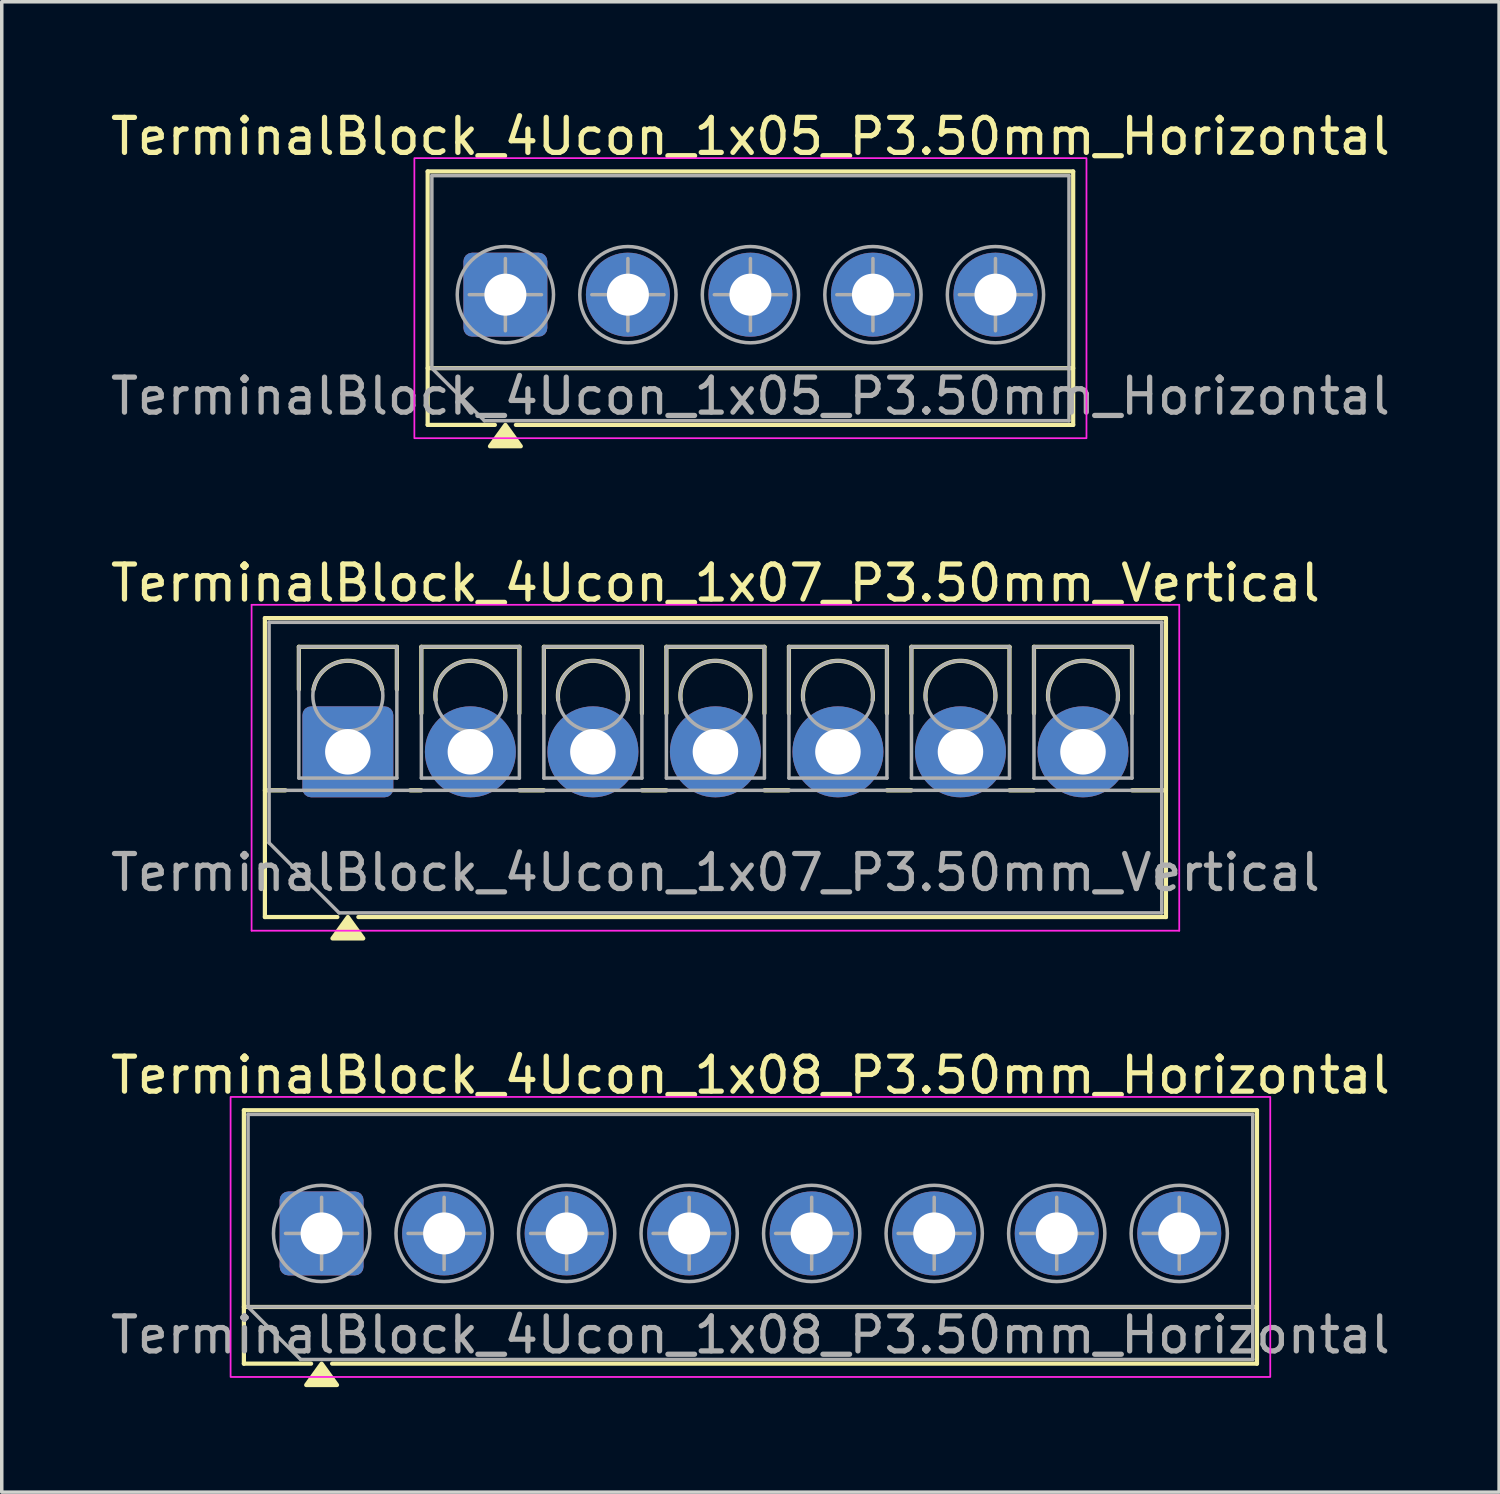
<source format=kicad_pcb>
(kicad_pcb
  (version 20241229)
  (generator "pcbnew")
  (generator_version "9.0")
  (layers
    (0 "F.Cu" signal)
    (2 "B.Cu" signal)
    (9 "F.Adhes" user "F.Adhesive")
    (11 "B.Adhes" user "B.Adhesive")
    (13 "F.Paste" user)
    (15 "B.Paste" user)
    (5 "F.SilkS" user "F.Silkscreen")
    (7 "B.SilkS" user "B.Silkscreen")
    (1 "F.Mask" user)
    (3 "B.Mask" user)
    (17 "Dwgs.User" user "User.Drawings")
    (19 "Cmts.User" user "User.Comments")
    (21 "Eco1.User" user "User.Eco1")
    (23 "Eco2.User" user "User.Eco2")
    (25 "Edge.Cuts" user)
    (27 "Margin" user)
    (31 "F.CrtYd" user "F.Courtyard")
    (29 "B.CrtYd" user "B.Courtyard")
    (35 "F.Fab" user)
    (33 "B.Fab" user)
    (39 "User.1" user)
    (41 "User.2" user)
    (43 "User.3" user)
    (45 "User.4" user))
  (footprint "TerminalBlock_4Ucon_1x07_P3.50mm_Vertical"
    (layer "F.Cu")
    (at 6.887 18.427)
    (property "Reference" "TerminalBlock_4Ucon_1x07_P3.50mm_Vertical" (at 10.5 -4.82 0) (layer "F.SilkS") (effects (font (size 1 1) (thickness 0.15))))
    (attr through_hole)
    (fp_line (start -2.37 -3.82) (end -2.37 4.72) (stroke (width 0.12) (type solid)) (layer "F.SilkS"))
    (fp_line (start -2.37 -3.82) (end 23.37 -3.82) (stroke (width 0.12) (type solid)) (layer "F.SilkS"))
    (fp_line (start -2.37 1.1) (end -1.78 1.1) (stroke (width 0.12) (type solid)) (layer "F.SilkS"))
    (fp_line (start -2.37 4.72) (end -0.3 4.72) (stroke (width 0.12) (type solid)) (layer "F.SilkS"))
    (fp_line (start -1.4 -3) (end -1.4 -1.78) (stroke (width 0.12) (type solid)) (layer "F.SilkS"))
    (fp_line (start -1.4 -3) (end 1.4 -3) (stroke (width 0.12) (type solid)) (layer "F.SilkS"))
    (fp_line (start 0.3 4.72) (end 23.37 4.72) (stroke (width 0.12) (type solid)) (layer "F.SilkS"))
    (fp_line (start 1.4 -3) (end 1.4 -1.78) (stroke (width 0.12) (type solid)) (layer "F.SilkS"))
    (fp_line (start 1.78 1.1) (end 2.101 1.1) (stroke (width 0.12) (type solid)) (layer "F.SilkS"))
    (fp_line (start 2.1 -3) (end 2.1 -1.099) (stroke (width 0.12) (type solid)) (layer "F.SilkS"))
    (fp_line (start 2.1 -3) (end 4.9 -3) (stroke (width 0.12) (type solid)) (layer "F.SilkS"))
    (fp_line (start 4.899 1.1) (end 5.601 1.1) (stroke (width 0.12) (type solid)) (layer "F.SilkS"))
    (fp_line (start 4.9 -3) (end 4.9 -1.099) (stroke (width 0.12) (type solid)) (layer "F.SilkS"))
    (fp_line (start 5.6 -3) (end 5.6 -1.099) (stroke (width 0.12) (type solid)) (layer "F.SilkS"))
    (fp_line (start 5.6 -3) (end 8.4 -3) (stroke (width 0.12) (type solid)) (layer "F.SilkS"))
    (fp_line (start 8.399 1.1) (end 9.101 1.1) (stroke (width 0.12) (type solid)) (layer "F.SilkS"))
    (fp_line (start 8.4 -3) (end 8.4 -1.099) (stroke (width 0.12) (type solid)) (layer "F.SilkS"))
    (fp_line (start 9.1 -3) (end 9.1 -1.099) (stroke (width 0.12) (type solid)) (layer "F.SilkS"))
    (fp_line (start 9.1 -3) (end 11.9 -3) (stroke (width 0.12) (type solid)) (layer "F.SilkS"))
    (fp_line (start 11.899 1.1) (end 12.601 1.1) (stroke (width 0.12) (type solid)) (layer "F.SilkS"))
    (fp_line (start 11.9 -3) (end 11.9 -1.099) (stroke (width 0.12) (type solid)) (layer "F.SilkS"))
    (fp_line (start 12.6 -3) (end 12.6 -1.099) (stroke (width 0.12) (type solid)) (layer "F.SilkS"))
    (fp_line (start 12.6 -3) (end 15.4 -3) (stroke (width 0.12) (type solid)) (layer "F.SilkS"))
    (fp_line (start 15.399 1.1) (end 16.101 1.1) (stroke (width 0.12) (type solid)) (layer "F.SilkS"))
    (fp_line (start 15.4 -3) (end 15.4 -1.099) (stroke (width 0.12) (type solid)) (layer "F.SilkS"))
    (fp_line (start 16.1 -3) (end 16.1 -1.099) (stroke (width 0.12) (type solid)) (layer "F.SilkS"))
    (fp_line (start 16.1 -3) (end 18.9 -3) (stroke (width 0.12) (type solid)) (layer "F.SilkS"))
    (fp_line (start 18.899 1.1) (end 19.601 1.1) (stroke (width 0.12) (type solid)) (layer "F.SilkS"))
    (fp_line (start 18.9 -3) (end 18.9 -1.099) (stroke (width 0.12) (type solid)) (layer "F.SilkS"))
    (fp_line (start 19.6 -3) (end 19.6 -1.099) (stroke (width 0.12) (type solid)) (layer "F.SilkS"))
    (fp_line (start 19.6 -3) (end 22.4 -3) (stroke (width 0.12) (type solid)) (layer "F.SilkS"))
    (fp_line (start 22.399 1.1) (end 23.37 1.1) (stroke (width 0.12) (type solid)) (layer "F.SilkS"))
    (fp_line (start 22.4 -3) (end 22.4 -1.099) (stroke (width 0.12) (type solid)) (layer "F.SilkS"))
    (fp_line (start 23.37 -3.82) (end 23.37 4.72) (stroke (width 0.12) (type solid)) (layer "F.SilkS"))
    (fp_arc (start -0.984 -1.78) (mid -0.00006 -2.600328) (end 0.983978 -1.780118) (stroke (width 0.12) (type solid)) (layer "F.SilkS"))
    (fp_arc (start 2.508 -1.478) (mid 3.500313 -2.599474) (end 4.491923 -1.477379) (stroke (width 0.12) (type solid)) (layer "F.SilkS"))
    (fp_arc (start 6.008 -1.478) (mid 7.000313 -2.599474) (end 7.991923 -1.477379) (stroke (width 0.12) (type solid)) (layer "F.SilkS"))
    (fp_arc (start 9.508 -1.478) (mid 10.500313 -2.599474) (end 11.491923 -1.477379) (stroke (width 0.12) (type solid)) (layer "F.SilkS"))
    (fp_arc (start 13.008 -1.478) (mid 14.000313 -2.599474) (end 14.991923 -1.477379) (stroke (width 0.12) (type solid)) (layer "F.SilkS"))
    (fp_arc (start 16.508 -1.478) (mid 17.500313 -2.599474) (end 18.491923 -1.477379) (stroke (width 0.12) (type solid)) (layer "F.SilkS"))
    (fp_arc (start 20.008 -1.478) (mid 21.000313 -2.599474) (end 21.991923 -1.477379) (stroke (width 0.12) (type solid)) (layer "F.SilkS"))
    (fp_poly (pts (xy 0 4.72) (xy 0.44 5.33) (xy -0.44 5.33)) (stroke (width 0.12) (type solid)) (fill yes) (layer "F.SilkS"))
    (fp_line (start -2.75 -4.2) (end -2.75 5.11) (stroke (width 0.05) (type solid)) (layer "F.CrtYd"))
    (fp_line (start -2.75 5.11) (end 23.75 5.11) (stroke (width 0.05) (type solid)) (layer "F.CrtYd"))
    (fp_line (start 23.75 -4.2) (end -2.75 -4.2) (stroke (width 0.05) (type solid)) (layer "F.CrtYd"))
    (fp_line (start 23.75 5.11) (end 23.75 -4.2) (stroke (width 0.05) (type solid)) (layer "F.CrtYd"))
    (fp_line (start -2.25 -3.7) (end 23.25 -3.7) (stroke (width 0.1) (type solid)) (layer "F.Fab"))
    (fp_line (start -2.25 1.1) (end 23.25 1.1) (stroke (width 0.1) (type solid)) (layer "F.Fab"))
    (fp_line (start -2.25 2.6) (end -2.25 -3.7) (stroke (width 0.1) (type solid)) (layer "F.Fab"))
    (fp_line (start -1.4 -3) (end -1.4 0.75) (stroke (width 0.1) (type solid)) (layer "F.Fab"))
    (fp_line (start -1.4 0.75) (end 1.4 0.75) (stroke (width 0.1) (type solid)) (layer "F.Fab"))
    (fp_line (start -0.25 4.6) (end -2.25 2.6) (stroke (width 0.1) (type solid)) (layer "F.Fab"))
    (fp_line (start 1.4 -3) (end -1.4 -3) (stroke (width 0.1) (type solid)) (layer "F.Fab"))
    (fp_line (start 1.4 0.75) (end 1.4 -3) (stroke (width 0.1) (type solid)) (layer "F.Fab"))
    (fp_line (start 2.1 -3) (end 2.1 0.75) (stroke (width 0.1) (type solid)) (layer "F.Fab"))
    (fp_line (start 2.1 0.75) (end 4.9 0.75) (stroke (width 0.1) (type solid)) (layer "F.Fab"))
    (fp_line (start 4.9 -3) (end 2.1 -3) (stroke (width 0.1) (type solid)) (layer "F.Fab"))
    (fp_line (start 4.9 0.75) (end 4.9 -3) (stroke (width 0.1) (type solid)) (layer "F.Fab"))
    (fp_line (start 5.6 -3) (end 5.6 0.75) (stroke (width 0.1) (type solid)) (layer "F.Fab"))
    (fp_line (start 5.6 0.75) (end 8.4 0.75) (stroke (width 0.1) (type solid)) (layer "F.Fab"))
    (fp_line (start 8.4 -3) (end 5.6 -3) (stroke (width 0.1) (type solid)) (layer "F.Fab"))
    (fp_line (start 8.4 0.75) (end 8.4 -3) (stroke (width 0.1) (type solid)) (layer "F.Fab"))
    (fp_line (start 9.1 -3) (end 9.1 0.75) (stroke (width 0.1) (type solid)) (layer "F.Fab"))
    (fp_line (start 9.1 0.75) (end 11.9 0.75) (stroke (width 0.1) (type solid)) (layer "F.Fab"))
    (fp_line (start 11.9 -3) (end 9.1 -3) (stroke (width 0.1) (type solid)) (layer "F.Fab"))
    (fp_line (start 11.9 0.75) (end 11.9 -3) (stroke (width 0.1) (type solid)) (layer "F.Fab"))
    (fp_line (start 12.6 -3) (end 12.6 0.75) (stroke (width 0.1) (type solid)) (layer "F.Fab"))
    (fp_line (start 12.6 0.75) (end 15.4 0.75) (stroke (width 0.1) (type solid)) (layer "F.Fab"))
    (fp_line (start 15.4 -3) (end 12.6 -3) (stroke (width 0.1) (type solid)) (layer "F.Fab"))
    (fp_line (start 15.4 0.75) (end 15.4 -3) (stroke (width 0.1) (type solid)) (layer "F.Fab"))
    (fp_line (start 16.101 -3) (end 16.101 0.75) (stroke (width 0.1) (type solid)) (layer "F.Fab"))
    (fp_line (start 16.101 0.75) (end 18.9 0.75) (stroke (width 0.1) (type solid)) (layer "F.Fab"))
    (fp_line (start 18.9 -3) (end 16.101 -3) (stroke (width 0.1) (type solid)) (layer "F.Fab"))
    (fp_line (start 18.9 0.75) (end 18.9 -3) (stroke (width 0.1) (type solid)) (layer "F.Fab"))
    (fp_line (start 19.6 -3) (end 19.6 0.75) (stroke (width 0.1) (type solid)) (layer "F.Fab"))
    (fp_line (start 19.6 0.75) (end 22.4 0.75) (stroke (width 0.1) (type solid)) (layer "F.Fab"))
    (fp_line (start 22.4 -3) (end 19.6 -3) (stroke (width 0.1) (type solid)) (layer "F.Fab"))
    (fp_line (start 22.4 0.75) (end 22.4 -3) (stroke (width 0.1) (type solid)) (layer "F.Fab"))
    (fp_line (start 23.25 -3.7) (end 23.25 4.6) (stroke (width 0.1) (type solid)) (layer "F.Fab"))
    (fp_line (start 23.25 4.6) (end -0.25 4.6) (stroke (width 0.1) (type solid)) (layer "F.Fab"))
    (fp_circle (center 0 -1.6) (end 1 -1.6) (stroke (width 0.1) (type solid)) (fill no) (layer "F.Fab"))
    (fp_circle (center 3.5 -1.6) (end 4.5 -1.6) (stroke (width 0.1) (type solid)) (fill no) (layer "F.Fab"))
    (fp_circle (center 7 -1.6) (end 8 -1.6) (stroke (width 0.1) (type solid)) (fill no) (layer "F.Fab"))
    (fp_circle (center 10.5 -1.6) (end 11.5 -1.6) (stroke (width 0.1) (type solid)) (fill no) (layer "F.Fab"))
    (fp_circle (center 14 -1.6) (end 15 -1.6) (stroke (width 0.1) (type solid)) (fill no) (layer "F.Fab"))
    (fp_circle (center 17.5 -1.6) (end 18.5 -1.6) (stroke (width 0.1) (type solid)) (fill no) (layer "F.Fab"))
    (fp_circle (center 21 -1.6) (end 22 -1.6) (stroke (width 0.1) (type solid)) (fill no) (layer "F.Fab"))
    (fp_text user "${REFERENCE}" (at 10.5 3.45 0) (layer "F.Fab") (effects (font (size 1 1) (thickness 0.15))))
    (pad "1" thru_hole roundrect (at 0 0) (size 2.6 2.6) (drill 1.3) (layers "*.Cu" "*.Mask") (roundrect_rratio 0.096))
    (pad "2" thru_hole circle (at 3.5 0) (size 2.6 2.6) (drill 1.3) (layers "*.Cu" "*.Mask"))
    (pad "3" thru_hole circle (at 7 0) (size 2.6 2.6) (drill 1.3) (layers "*.Cu" "*.Mask"))
    (pad "4" thru_hole circle (at 10.5 0) (size 2.6 2.6) (drill 1.3) (layers "*.Cu" "*.Mask"))
    (pad "5" thru_hole circle (at 14 0) (size 2.6 2.6) (drill 1.3) (layers "*.Cu" "*.Mask"))
    (pad "6" thru_hole circle (at 17.5 0) (size 2.6 2.6) (drill 1.3) (layers "*.Cu" "*.Mask"))
    (pad "7" thru_hole circle (at 21 0) (size 2.6 2.6) (drill 1.3) (layers "*.Cu" "*.Mask")))
  (footprint "TerminalBlock_4Ucon_1x05_P3.50mm_Horizontal"
    (layer "F.Cu")
    (at 11.387 5.368)
    (property "Reference" "TerminalBlock_4Ucon_1x05_P3.50mm_Horizontal" (at 7 -4.52 0) (layer "F.SilkS") (effects (font (size 1 1) (thickness 0.15))))
    (attr through_hole)
    (fp_line (start -2.22 -3.52) (end 16.22 -3.52) (stroke (width 0.12) (type solid)) (layer "F.SilkS"))
    (fp_line (start -2.22 2.1) (end 16.22 2.1) (stroke (width 0.12) (type solid)) (layer "F.SilkS"))
    (fp_line (start -2.22 3.72) (end -2.22 -3.52) (stroke (width 0.12) (type solid)) (layer "F.SilkS"))
    (fp_line (start -0.3 3.72) (end -2.22 3.72) (stroke (width 0.12) (type solid)) (layer "F.SilkS"))
    (fp_line (start 16.22 -3.52) (end 16.22 3.72) (stroke (width 0.12) (type solid)) (layer "F.SilkS"))
    (fp_line (start 16.22 3.72) (end 0.3 3.72) (stroke (width 0.12) (type solid)) (layer "F.SilkS"))
    (fp_poly (pts (xy 0 3.72) (xy 0.44 4.33) (xy -0.44 4.33)) (stroke (width 0.12) (type solid)) (fill yes) (layer "F.SilkS"))
    (fp_rect (start -2.6 -3.9) (end 16.6 4.1) (stroke (width 0.05) (type solid)) (fill no) (layer "F.CrtYd"))
    (fp_line (start -2.1 -3.4) (end 16.1 -3.4) (stroke (width 0.1) (type solid)) (layer "F.Fab"))
    (fp_line (start -2.1 2.1) (end -2.1 -3.4) (stroke (width 0.1) (type solid)) (layer "F.Fab"))
    (fp_line (start -2.1 2.1) (end 16.1 2.1) (stroke (width 0.1) (type solid)) (layer "F.Fab"))
    (fp_line (start -1.031 0) (end 1.031 0) (stroke (width 0.1) (type solid)) (layer "F.Fab"))
    (fp_line (start -0.6 3.6) (end -2.1 2.1) (stroke (width 0.1) (type solid)) (layer "F.Fab"))
    (fp_line (start 0 -1.031) (end 0 1.031) (stroke (width 0.1) (type solid)) (layer "F.Fab"))
    (fp_line (start 2.469 0) (end 4.531 0) (stroke (width 0.1) (type solid)) (layer "F.Fab"))
    (fp_line (start 3.5 -1.031) (end 3.5 1.031) (stroke (width 0.1) (type solid)) (layer "F.Fab"))
    (fp_line (start 5.969 0) (end 8.031 0) (stroke (width 0.1) (type solid)) (layer "F.Fab"))
    (fp_line (start 7 -1.031) (end 7 1.031) (stroke (width 0.1) (type solid)) (layer "F.Fab"))
    (fp_line (start 9.469 0) (end 11.531 0) (stroke (width 0.1) (type solid)) (layer "F.Fab"))
    (fp_line (start 10.5 -1.031) (end 10.5 1.031) (stroke (width 0.1) (type solid)) (layer "F.Fab"))
    (fp_line (start 12.969 0) (end 15.031 0) (stroke (width 0.1) (type solid)) (layer "F.Fab"))
    (fp_line (start 14 -1.031) (end 14 1.031) (stroke (width 0.1) (type solid)) (layer "F.Fab"))
    (fp_line (start 16.1 -3.4) (end 16.1 3.6) (stroke (width 0.1) (type solid)) (layer "F.Fab"))
    (fp_line (start 16.1 3.6) (end -0.6 3.6) (stroke (width 0.1) (type solid)) (layer "F.Fab"))
    (fp_circle (center 0 0) (end 1.375 0) (stroke (width 0.1) (type solid)) (fill no) (layer "F.Fab"))
    (fp_circle (center 3.5 0) (end 4.875 0) (stroke (width 0.1) (type solid)) (fill no) (layer "F.Fab"))
    (fp_circle (center 7 0) (end 8.375 0) (stroke (width 0.1) (type solid)) (fill no) (layer "F.Fab"))
    (fp_circle (center 10.5 0) (end 11.875 0) (stroke (width 0.1) (type solid)) (fill no) (layer "F.Fab"))
    (fp_circle (center 14 0) (end 15.375 0) (stroke (width 0.1) (type solid)) (fill no) (layer "F.Fab"))
    (fp_text user "${REFERENCE}" (at 7 2.9 0) (layer "F.Fab") (effects (font (size 1 1) (thickness 0.15))))
    (pad "1" thru_hole roundrect (at 0 0) (size 2.4 2.4) (drill 1.2) (layers "*.Cu" "*.Mask") (roundrect_rratio 0.104))
    (pad "2" thru_hole circle (at 3.5 0) (size 2.4 2.4) (drill 1.2) (layers "*.Cu" "*.Mask"))
    (pad "3" thru_hole circle (at 7 0) (size 2.4 2.4) (drill 1.2) (layers "*.Cu" "*.Mask"))
    (pad "4" thru_hole circle (at 10.5 0) (size 2.4 2.4) (drill 1.2) (layers "*.Cu" "*.Mask"))
    (pad "5" thru_hole circle (at 14 0) (size 2.4 2.4) (drill 1.2) (layers "*.Cu" "*.Mask")))
  (footprint "TerminalBlock_4Ucon_1x08_P3.50mm_Horizontal"
    (layer "F.Cu")
    (at 6.137 32.185)
    (property "Reference" "TerminalBlock_4Ucon_1x08_P3.50mm_Horizontal" (at 12.25 -4.52 0) (layer "F.SilkS") (effects (font (size 1 1) (thickness 0.15))))
    (attr through_hole)
    (fp_line (start -2.22 -3.52) (end 26.72 -3.52) (stroke (width 0.12) (type solid)) (layer "F.SilkS"))
    (fp_line (start -2.22 2.1) (end 26.72 2.1) (stroke (width 0.12) (type solid)) (layer "F.SilkS"))
    (fp_line (start -2.22 3.72) (end -2.22 -3.52) (stroke (width 0.12) (type solid)) (layer "F.SilkS"))
    (fp_line (start -0.3 3.72) (end -2.22 3.72) (stroke (width 0.12) (type solid)) (layer "F.SilkS"))
    (fp_line (start 26.72 -3.52) (end 26.72 3.72) (stroke (width 0.12) (type solid)) (layer "F.SilkS"))
    (fp_line (start 26.72 3.72) (end 0.3 3.72) (stroke (width 0.12) (type solid)) (layer "F.SilkS"))
    (fp_poly (pts (xy 0 3.72) (xy 0.44 4.33) (xy -0.44 4.33)) (stroke (width 0.12) (type solid)) (fill yes) (layer "F.SilkS"))
    (fp_rect (start -2.6 -3.9) (end 27.1 4.1) (stroke (width 0.05) (type solid)) (fill no) (layer "F.CrtYd"))
    (fp_line (start -2.1 -3.4) (end 26.6 -3.4) (stroke (width 0.1) (type solid)) (layer "F.Fab"))
    (fp_line (start -2.1 2.1) (end -2.1 -3.4) (stroke (width 0.1) (type solid)) (layer "F.Fab"))
    (fp_line (start -2.1 2.1) (end 26.6 2.1) (stroke (width 0.1) (type solid)) (layer "F.Fab"))
    (fp_line (start -1.031 0) (end 1.031 0) (stroke (width 0.1) (type solid)) (layer "F.Fab"))
    (fp_line (start -0.6 3.6) (end -2.1 2.1) (stroke (width 0.1) (type solid)) (layer "F.Fab"))
    (fp_line (start 0 -1.031) (end 0 1.031) (stroke (width 0.1) (type solid)) (layer "F.Fab"))
    (fp_line (start 2.469 0) (end 4.531 0) (stroke (width 0.1) (type solid)) (layer "F.Fab"))
    (fp_line (start 3.5 -1.031) (end 3.5 1.031) (stroke (width 0.1) (type solid)) (layer "F.Fab"))
    (fp_line (start 5.969 0) (end 8.031 0) (stroke (width 0.1) (type solid)) (layer "F.Fab"))
    (fp_line (start 7 -1.031) (end 7 1.031) (stroke (width 0.1) (type solid)) (layer "F.Fab"))
    (fp_line (start 9.469 0) (end 11.531 0) (stroke (width 0.1) (type solid)) (layer "F.Fab"))
    (fp_line (start 10.5 -1.031) (end 10.5 1.031) (stroke (width 0.1) (type solid)) (layer "F.Fab"))
    (fp_line (start 12.969 0) (end 15.031 0) (stroke (width 0.1) (type solid)) (layer "F.Fab"))
    (fp_line (start 14 -1.031) (end 14 1.031) (stroke (width 0.1) (type solid)) (layer "F.Fab"))
    (fp_line (start 16.469 0) (end 18.531 0) (stroke (width 0.1) (type solid)) (layer "F.Fab"))
    (fp_line (start 17.5 -1.031) (end 17.5 1.031) (stroke (width 0.1) (type solid)) (layer "F.Fab"))
    (fp_line (start 19.969 0) (end 22.031 0) (stroke (width 0.1) (type solid)) (layer "F.Fab"))
    (fp_line (start 21 -1.031) (end 21 1.031) (stroke (width 0.1) (type solid)) (layer "F.Fab"))
    (fp_line (start 23.469 0) (end 25.531 0) (stroke (width 0.1) (type solid)) (layer "F.Fab"))
    (fp_line (start 24.5 -1.031) (end 24.5 1.031) (stroke (width 0.1) (type solid)) (layer "F.Fab"))
    (fp_line (start 26.6 -3.4) (end 26.6 3.6) (stroke (width 0.1) (type solid)) (layer "F.Fab"))
    (fp_line (start 26.6 3.6) (end -0.6 3.6) (stroke (width 0.1) (type solid)) (layer "F.Fab"))
    (fp_circle (center 0 0) (end 1.375 0) (stroke (width 0.1) (type solid)) (fill no) (layer "F.Fab"))
    (fp_circle (center 3.5 0) (end 4.875 0) (stroke (width 0.1) (type solid)) (fill no) (layer "F.Fab"))
    (fp_circle (center 7 0) (end 8.375 0) (stroke (width 0.1) (type solid)) (fill no) (layer "F.Fab"))
    (fp_circle (center 10.5 0) (end 11.875 0) (stroke (width 0.1) (type solid)) (fill no) (layer "F.Fab"))
    (fp_circle (center 14 0) (end 15.375 0) (stroke (width 0.1) (type solid)) (fill no) (layer "F.Fab"))
    (fp_circle (center 17.5 0) (end 18.875 0) (stroke (width 0.1) (type solid)) (fill no) (layer "F.Fab"))
    (fp_circle (center 21 0) (end 22.375 0) (stroke (width 0.1) (type solid)) (fill no) (layer "F.Fab"))
    (fp_circle (center 24.5 0) (end 25.875 0) (stroke (width 0.1) (type solid)) (fill no) (layer "F.Fab"))
    (fp_text user "${REFERENCE}" (at 12.25 2.9 0) (layer "F.Fab") (effects (font (size 1 1) (thickness 0.15))))
    (pad "1" thru_hole roundrect (at 0 0) (size 2.4 2.4) (drill 1.2) (layers "*.Cu" "*.Mask") (roundrect_rratio 0.104))
    (pad "2" thru_hole circle (at 3.5 0) (size 2.4 2.4) (drill 1.2) (layers "*.Cu" "*.Mask"))
    (pad "3" thru_hole circle (at 7 0) (size 2.4 2.4) (drill 1.2) (layers "*.Cu" "*.Mask"))
    (pad "4" thru_hole circle (at 10.5 0) (size 2.4 2.4) (drill 1.2) (layers "*.Cu" "*.Mask"))
    (pad "5" thru_hole circle (at 14 0) (size 2.4 2.4) (drill 1.2) (layers "*.Cu" "*.Mask"))
    (pad "6" thru_hole circle (at 17.5 0) (size 2.4 2.4) (drill 1.2) (layers "*.Cu" "*.Mask"))
    (pad "7" thru_hole circle (at 21 0) (size 2.4 2.4) (drill 1.2) (layers "*.Cu" "*.Mask"))
    (pad "8" thru_hole circle (at 24.5 0) (size 2.4 2.4) (drill 1.2) (layers "*.Cu" "*.Mask")))
  (gr_rect
    (start -3 -3)
    (end 39.774 39.575)
    (stroke (width 0.1) (type default))
    (fill no)
    (layer "Edge.Cuts")))
</source>
